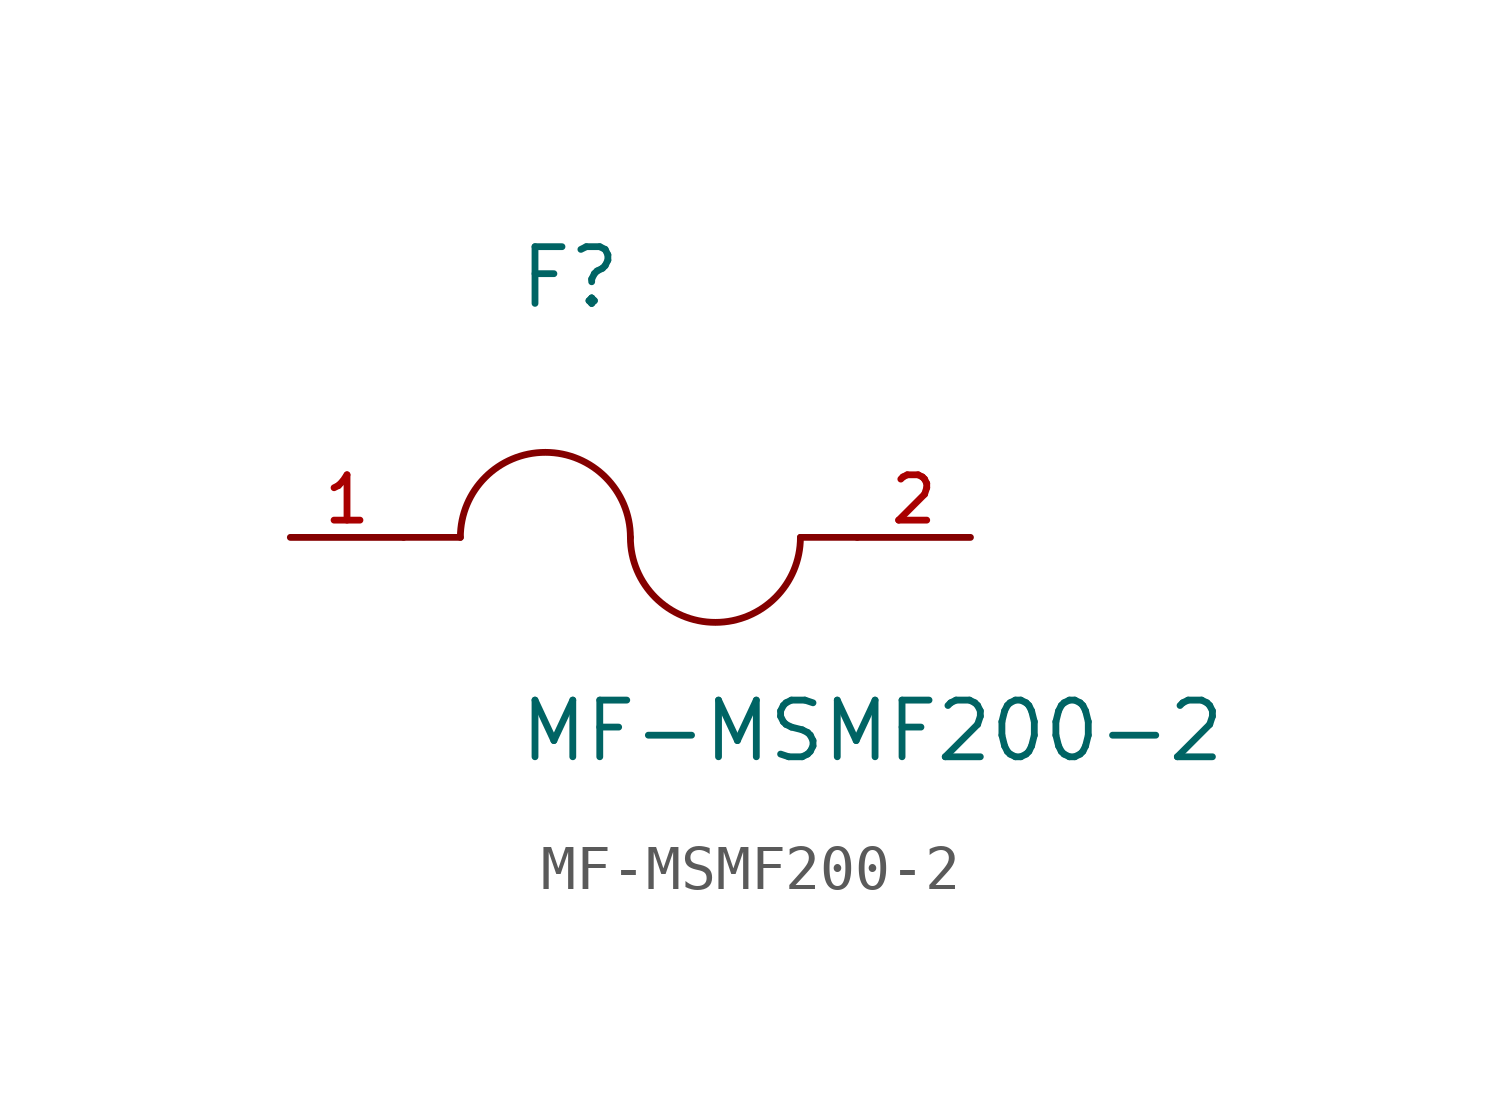
<source format=kicad_sym>
(kicad_symbol_lib
  (version 20211014)
  (generator kicad_symbol_editor)
  (symbol "MF-MSMF200-2"
    (pin_names
      (offset 1.016))
    (property "Reference" "F"
      (at -2.54 5.08 0)
      (effects (font (size 1.27 1.27)) (justify bottom left)))
    (property "Value" "MF-MSMF200-2"
      (at -2.54 -5.08 0)
      (effects (font (size 1.27 1.27)) (justify bottom left)))
    (symbol "MF-MSMF200-2_0_0"
      (arc (start 0.0 0.0) (mid -1.905 1.905) (end -3.81 0.0) (stroke (width 0.1524) (type default) (color 0 0 0 0)) (fill (type none)))
      (arc (start 3.81 0.0) (mid 1.905 -1.905) (end 0.0 0.0) (stroke (width 0.1524) (type default) (color 0 0 0 0)) (fill (type none)))
      (polyline (pts (xy 5.08 0.0) (xy 3.81 0.0)) (stroke (width 0.152)))
      (polyline (pts (xy -5.08 0.0) (xy -3.81 0.0)) (stroke (width 0.152)))
      (pin passive line (at 7.62 0.0 180.0) (length 2.54) (name "~" (effects (font (size 1.016 1.016)))) (number "2" (effects (font (size 1.016 1.016)))))
      (pin passive line (at -7.62 0.0 0) (length 2.54) (name "~" (effects (font (size 1.016 1.016)))) (number "1" (effects (font (size 1.016 1.016))))))))
</source>
